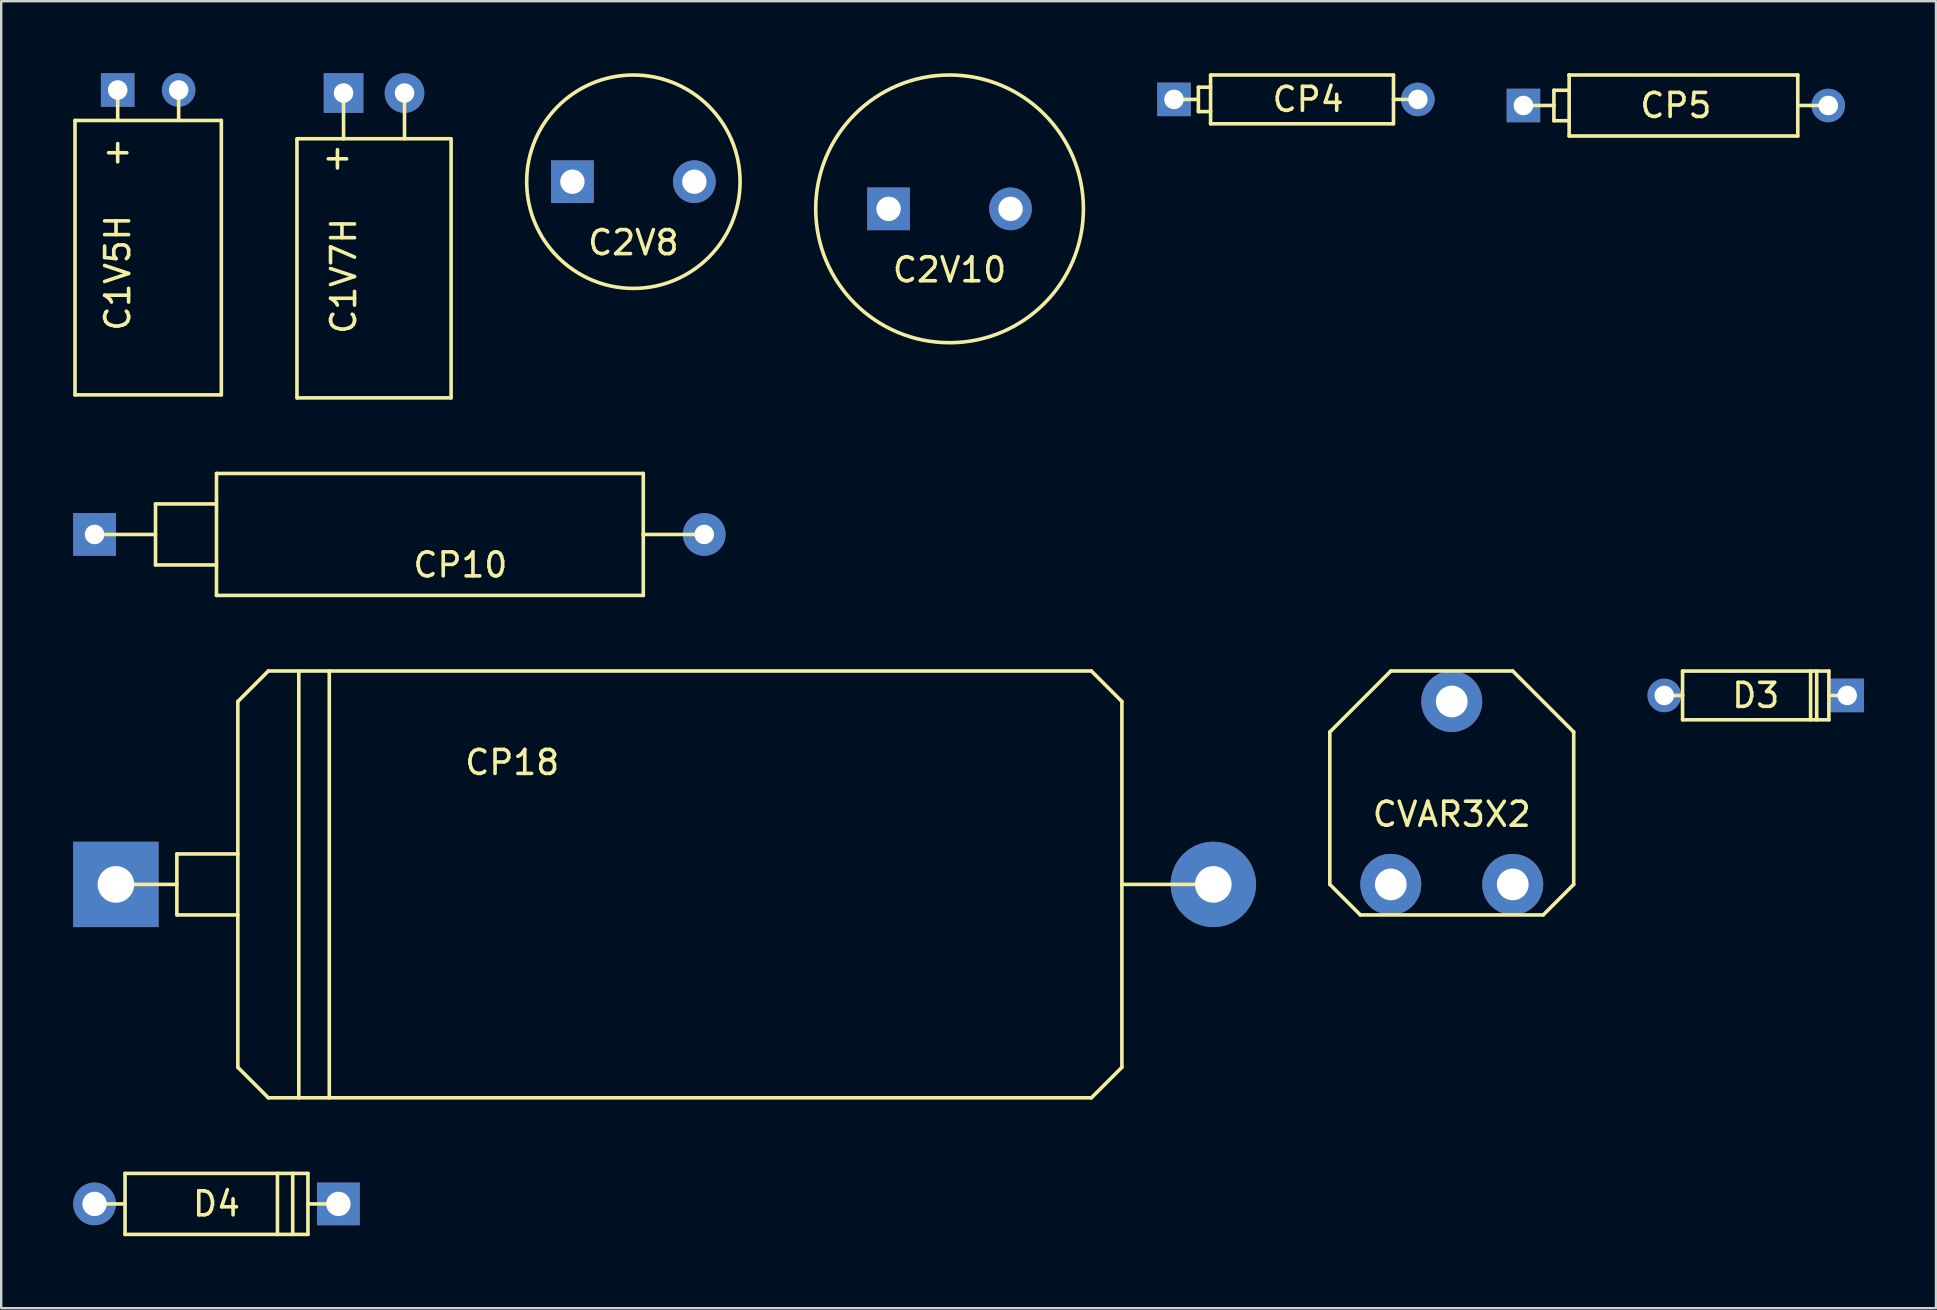
<source format=kicad_pcb>
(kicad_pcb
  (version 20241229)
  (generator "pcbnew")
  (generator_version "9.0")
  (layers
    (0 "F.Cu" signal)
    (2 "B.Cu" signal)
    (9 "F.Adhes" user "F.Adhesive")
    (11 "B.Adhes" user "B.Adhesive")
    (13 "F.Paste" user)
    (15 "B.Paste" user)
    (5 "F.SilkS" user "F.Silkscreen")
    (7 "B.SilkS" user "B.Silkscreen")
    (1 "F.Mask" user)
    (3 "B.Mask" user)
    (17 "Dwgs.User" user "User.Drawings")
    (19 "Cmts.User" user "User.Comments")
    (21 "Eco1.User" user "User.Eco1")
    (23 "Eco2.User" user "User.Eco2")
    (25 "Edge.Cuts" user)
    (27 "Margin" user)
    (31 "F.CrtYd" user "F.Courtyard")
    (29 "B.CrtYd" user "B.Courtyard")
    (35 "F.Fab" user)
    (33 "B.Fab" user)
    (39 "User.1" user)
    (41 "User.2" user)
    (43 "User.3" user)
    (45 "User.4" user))
  (footprint "C2V8"
    (layer "F.Cu")
    (at 23.337 4.52)
    (property "Reference" "C2V8" (at 0 2.54 0) (layer "F.SilkS") (effects (font (size 1 1) (thickness 0.15))))
    (attr through_hole)
    (fp_circle (center 0 0) (end -4.445 0) (stroke (width 0.15) (type solid)) (fill no) (layer "F.SilkS"))
    (pad "1" thru_hole rect (at -2.54 0) (size 1.778 1.778) (drill 1.016) (layers "*.Cu" "*.Mask"))
    (pad "2" thru_hole circle (at 2.54 0) (size 1.778 1.778) (drill 1.016) (layers "*.Cu" "*.Mask")))
  (footprint "C2V10"
    (layer "F.Cu")
    (at 36.509 5.651)
    (property "Reference" "C2V10" (at 0 2.54 0) (layer "F.SilkS") (effects (font (size 1 1) (thickness 0.15))))
    (attr through_hole)
    (fp_circle (center 0 0) (end 4.826 -2.794) (stroke (width 0.15) (type solid)) (fill no) (layer "F.SilkS"))
    (pad "1" thru_hole rect (at -2.54 0) (size 1.778 1.778) (drill 1.016) (layers "*.Cu" "*.Mask"))
    (pad "2" thru_hole circle (at 2.54 0) (size 1.778 1.778) (drill 1.016) (layers "*.Cu" "*.Mask")))
  (footprint "CP10"
    (layer "F.Cu")
    (at 13.589 19.215)
    (property "Reference" "CP10" (at 2.54 1.27 0) (layer "F.SilkS") (effects (font (size 1 1) (thickness 0.15))))
    (attr through_hole)
    (fp_line (start -12.7 0) (end -10.16 0) (stroke (width 0.15) (type solid)) (layer "F.SilkS"))
    (fp_line (start -10.16 -1.27) (end -10.16 1.27) (stroke (width 0.15) (type solid)) (layer "F.SilkS"))
    (fp_line (start -10.16 1.27) (end -7.62 1.27) (stroke (width 0.15) (type solid)) (layer "F.SilkS"))
    (fp_line (start -7.62 -2.54) (end 10.16 -2.54) (stroke (width 0.15) (type solid)) (layer "F.SilkS"))
    (fp_line (start -7.62 -1.27) (end -10.16 -1.27) (stroke (width 0.15) (type solid)) (layer "F.SilkS"))
    (fp_line (start -7.62 2.54) (end -7.62 -2.54) (stroke (width 0.15) (type solid)) (layer "F.SilkS"))
    (fp_line (start 10.16 -2.54) (end 10.16 0) (stroke (width 0.15) (type solid)) (layer "F.SilkS"))
    (fp_line (start 10.16 0) (end 10.16 2.54) (stroke (width 0.15) (type solid)) (layer "F.SilkS"))
    (fp_line (start 10.16 2.54) (end -7.62 2.54) (stroke (width 0.15) (type solid)) (layer "F.SilkS"))
    (fp_line (start 12.7 0) (end 10.16 0) (stroke (width 0.15) (type solid)) (layer "F.SilkS"))
    (pad "1" thru_hole rect (at -12.7 0) (size 1.778 1.778) (drill 0.813) (layers "*.Cu" "*.Mask"))
    (pad "2" thru_hole circle (at 12.7 0) (size 1.778 1.778) (drill 0.813) (layers "*.Cu" "*.Mask")))
  (footprint "CVAR3X2"
    (layer "F.Cu")
    (at 57.431 29.985)
    (property "Reference" "CVAR3X2" (at 0 0.889 0) (layer "F.SilkS") (effects (font (size 1 1) (thickness 0.15))))
    (attr through_hole)
    (fp_line (start -5.08 -2.54) (end -5.08 3.81) (stroke (width 0.15) (type solid)) (layer "F.SilkS"))
    (fp_line (start -5.08 3.81) (end -3.81 5.08) (stroke (width 0.15) (type solid)) (layer "F.SilkS"))
    (fp_line (start -3.81 5.08) (end 3.81 5.08) (stroke (width 0.15) (type solid)) (layer "F.SilkS"))
    (fp_line (start -2.54 -5.08) (end -5.08 -2.54) (stroke (width 0.15) (type solid)) (layer "F.SilkS"))
    (fp_line (start 2.54 -5.08) (end -2.54 -5.08) (stroke (width 0.15) (type solid)) (layer "F.SilkS"))
    (fp_line (start 3.81 5.08) (end 5.08 3.81) (stroke (width 0.15) (type solid)) (layer "F.SilkS"))
    (fp_line (start 5.08 -2.54) (end 2.54 -5.08) (stroke (width 0.15) (type solid)) (layer "F.SilkS"))
    (fp_line (start 5.08 3.81) (end 5.08 -2.54) (stroke (width 0.15) (type solid)) (layer "F.SilkS"))
    (pad "1" thru_hole circle (at 0 -3.81) (size 2.54 2.54) (drill 1.321) (layers "*.Cu" "*.Mask"))
    (pad "2" thru_hole circle (at 2.54 3.81) (size 2.54 2.54) (drill 1.321) (layers "*.Cu" "*.Mask"))
    (pad "3" thru_hole circle (at -2.54 3.81) (size 2.54 2.54) (drill 1.321) (layers "*.Cu" "*.Mask")))
  (footprint "C1V7H"
    (layer "F.Cu")
    (at 12.532 0.826)
    (property "Reference" "C1V7H" (at -1.267 7.62 90) (layer "F.SilkS") (effects (font (size 1 1) (thickness 0.15))))
    (attr through_hole)
    (fp_line (start -3.211 1.905) (end -3.211 12.7) (stroke (width 0.15) (type solid)) (layer "F.SilkS"))
    (fp_line (start -3.2 12.7) (end 3.2 12.7) (stroke (width 0.15) (type solid)) (layer "F.SilkS"))
    (fp_line (start -1.27 0) (end -1.27 1.905) (stroke (width 0.15) (type solid)) (layer "F.SilkS"))
    (fp_line (start 1.27 0) (end 1.27 1.905) (stroke (width 0.15) (type solid)) (layer "F.SilkS"))
    (fp_line (start 3.2 1.905) (end -3.2 1.905) (stroke (width 0.15) (type solid)) (layer "F.SilkS"))
    (fp_line (start 3.211 12.7) (end 3.211 1.905) (stroke (width 0.15) (type solid)) (layer "F.SilkS"))
    (fp_text user "+" (at -1.524 2.667 0) (layer "F.SilkS") (effects (font (size 1 1) (thickness 0.15))))
    (pad "1" thru_hole rect (at -1.27 0) (size 1.651 1.651) (drill 0.813) (layers "*.Cu" "*.Mask"))
    (pad "2" thru_hole circle (at 1.27 0) (size 1.651 1.651) (drill 0.813) (layers "*.Cu" "*.Mask")))
  (footprint "D4"
    (layer "F.Cu")
    (at 5.969 47.105)
    (property "Reference" "D4" (at 0 0 0) (layer "F.SilkS") (effects (font (size 1 1) (thickness 0.15))))
    (attr through_hole)
    (fp_line (start -3.81 -1.27) (end 3.81 -1.27) (stroke (width 0.15) (type solid)) (layer "F.SilkS"))
    (fp_line (start -3.81 0) (end -5.08 0) (stroke (width 0.15) (type solid)) (layer "F.SilkS"))
    (fp_line (start -3.81 1.27) (end -3.81 -1.27) (stroke (width 0.15) (type solid)) (layer "F.SilkS"))
    (fp_line (start 2.54 1.27) (end 2.54 -1.27) (stroke (width 0.15) (type solid)) (layer "F.SilkS"))
    (fp_line (start 3.175 -1.27) (end 3.175 1.27) (stroke (width 0.15) (type solid)) (layer "F.SilkS"))
    (fp_line (start 3.81 -1.27) (end 3.81 1.27) (stroke (width 0.15) (type solid)) (layer "F.SilkS"))
    (fp_line (start 3.81 0) (end 5.08 0) (stroke (width 0.15) (type solid)) (layer "F.SilkS"))
    (fp_line (start 3.81 1.27) (end -3.81 1.27) (stroke (width 0.15) (type solid)) (layer "F.SilkS"))
    (pad "1" thru_hole rect (at 5.08 0) (size 1.778 1.778) (drill 1.016) (layers "*.Cu" "*.Mask"))
    (pad "2" thru_hole circle (at -5.08 0) (size 1.778 1.778) (drill 1.016) (layers "*.Cu" "*.Mask")))
  (footprint "C1V5H"
    (layer "F.Cu")
    (at 3.123 0.699)
    (property "Reference" "C1V5H" (at -1.27 7.62 90) (layer "F.SilkS") (effects (font (size 1 1) (thickness 0.15))))
    (attr through_hole)
    (fp_line (start -3.048 1.27) (end 3.048 1.27) (stroke (width 0.15) (type solid)) (layer "F.SilkS"))
    (fp_line (start -3.048 12.7) (end -3.048 1.27) (stroke (width 0.15) (type solid)) (layer "F.SilkS"))
    (fp_line (start -3.048 12.7) (end 3.048 12.7) (stroke (width 0.15) (type solid)) (layer "F.SilkS"))
    (fp_line (start -1.27 0) (end -1.27 1.27) (stroke (width 0.15) (type solid)) (layer "F.SilkS"))
    (fp_line (start 1.27 0) (end 1.27 1.27) (stroke (width 0.15) (type solid)) (layer "F.SilkS"))
    (fp_line (start 3.048 1.27) (end 3.048 12.7) (stroke (width 0.15) (type solid)) (layer "F.SilkS"))
    (fp_text user "+" (at -1.27 2.54 0) (layer "F.SilkS") (effects (font (size 1 1) (thickness 0.15))))
    (pad "1" thru_hole rect (at -1.27 0) (size 1.397 1.397) (drill 0.813) (layers "*.Cu" "*.Mask"))
    (pad "2" thru_hole circle (at 1.27 0) (size 1.397 1.397) (drill 0.813) (layers "*.Cu" "*.Mask")))
  (footprint "CP18"
    (layer "F.Cu")
    (at 24.638 33.795)
    (property "Reference" "CP18" (at -6.35 -5.08 0) (layer "F.SilkS") (effects (font (size 1 1) (thickness 0.15))))
    (attr through_hole)
    (fp_line (start -20.32 -1.27) (end -20.32 1.27) (stroke (width 0.15) (type solid)) (layer "F.SilkS"))
    (fp_line (start -20.32 0) (end -22.86 0) (stroke (width 0.15) (type solid)) (layer "F.SilkS"))
    (fp_line (start -20.32 1.27) (end -17.78 1.27) (stroke (width 0.15) (type solid)) (layer "F.SilkS"))
    (fp_line (start -17.78 -7.62) (end -17.78 7.62) (stroke (width 0.15) (type solid)) (layer "F.SilkS"))
    (fp_line (start -17.78 -7.62) (end -16.51 -8.89) (stroke (width 0.15) (type solid)) (layer "F.SilkS"))
    (fp_line (start -17.78 -1.27) (end -20.32 -1.27) (stroke (width 0.15) (type solid)) (layer "F.SilkS"))
    (fp_line (start -16.51 -8.89) (end 17.78 -8.89) (stroke (width 0.15) (type solid)) (layer "F.SilkS"))
    (fp_line (start -16.51 8.89) (end -17.78 7.62) (stroke (width 0.15) (type solid)) (layer "F.SilkS"))
    (fp_line (start -15.24 -8.89) (end -15.24 8.89) (stroke (width 0.15) (type solid)) (layer "F.SilkS"))
    (fp_line (start -13.97 -8.89) (end -13.97 8.89) (stroke (width 0.15) (type solid)) (layer "F.SilkS"))
    (fp_line (start 17.78 -8.89) (end 19.05 -7.62) (stroke (width 0.15) (type solid)) (layer "F.SilkS"))
    (fp_line (start 17.78 8.89) (end -16.51 8.89) (stroke (width 0.15) (type solid)) (layer "F.SilkS"))
    (fp_line (start 19.05 -7.62) (end 19.05 7.62) (stroke (width 0.15) (type solid)) (layer "F.SilkS"))
    (fp_line (start 19.05 0) (end 22.86 0) (stroke (width 0.15) (type solid)) (layer "F.SilkS"))
    (fp_line (start 19.05 7.62) (end 17.78 8.89) (stroke (width 0.15) (type solid)) (layer "F.SilkS"))
    (pad "1" thru_hole rect (at -22.86 0) (size 3.556 3.556) (drill 1.524) (layers "*.Cu" "*.Mask"))
    (pad "2" thru_hole circle (at 22.86 0) (size 3.556 3.556) (drill 1.524) (layers "*.Cu" "*.Mask")))
  (footprint "D3"
    (layer "F.Cu")
    (at 70.094 25.922)
    (property "Reference" "D3" (at 0 0 0) (layer "F.SilkS") (effects (font (size 1 1) (thickness 0.15))))
    (attr through_hole)
    (fp_line (start -3.048 -1.016) (end -3.048 0) (stroke (width 0.15) (type solid)) (layer "F.SilkS"))
    (fp_line (start -3.048 0) (end -3.81 0) (stroke (width 0.15) (type solid)) (layer "F.SilkS"))
    (fp_line (start -3.048 0) (end -3.048 1.016) (stroke (width 0.15) (type solid)) (layer "F.SilkS"))
    (fp_line (start -3.048 1.016) (end 3.048 1.016) (stroke (width 0.15) (type solid)) (layer "F.SilkS"))
    (fp_line (start 2.286 1.016) (end 2.286 -1.016) (stroke (width 0.15) (type solid)) (layer "F.SilkS"))
    (fp_line (start 2.54 -1.016) (end 2.54 1.016) (stroke (width 0.15) (type solid)) (layer "F.SilkS"))
    (fp_line (start 3.048 -1.016) (end -3.048 -1.016) (stroke (width 0.15) (type solid)) (layer "F.SilkS"))
    (fp_line (start 3.048 0) (end 3.048 -1.016) (stroke (width 0.15) (type solid)) (layer "F.SilkS"))
    (fp_line (start 3.048 1.016) (end 3.048 0) (stroke (width 0.15) (type solid)) (layer "F.SilkS"))
    (fp_line (start 3.81 0) (end 3.048 0) (stroke (width 0.15) (type solid)) (layer "F.SilkS"))
    (pad "1" thru_hole rect (at 3.81 0) (size 1.397 1.397) (drill 0.813) (layers "*.Cu" "*.Mask"))
    (pad "2" thru_hole circle (at -3.81 0) (size 1.397 1.397) (drill 0.813) (layers "*.Cu" "*.Mask")))
  (footprint "CP4"
    (layer "F.Cu")
    (at 50.939 1.091)
    (property "Reference" "CP4" (at 0.508 0 0) (layer "F.SilkS") (effects (font (size 1 1) (thickness 0.15))))
    (attr through_hole)
    (fp_line (start -5.08 0) (end -4.064 0) (stroke (width 0.15) (type solid)) (layer "F.SilkS"))
    (fp_line (start -4.064 -0.508) (end -3.556 -0.508) (stroke (width 0.15) (type solid)) (layer "F.SilkS"))
    (fp_line (start -4.064 0.508) (end -4.064 -0.508) (stroke (width 0.15) (type solid)) (layer "F.SilkS"))
    (fp_line (start -3.556 -1.016) (end 4.064 -1.016) (stroke (width 0.15) (type solid)) (layer "F.SilkS"))
    (fp_line (start -3.556 0.508) (end -4.064 0.508) (stroke (width 0.15) (type solid)) (layer "F.SilkS"))
    (fp_line (start -3.556 1.016) (end -3.556 -1.016) (stroke (width 0.15) (type solid)) (layer "F.SilkS"))
    (fp_line (start 4.064 -1.016) (end 4.064 0) (stroke (width 0.15) (type solid)) (layer "F.SilkS"))
    (fp_line (start 4.064 0) (end 4.064 1.016) (stroke (width 0.15) (type solid)) (layer "F.SilkS"))
    (fp_line (start 4.064 1.016) (end -3.556 1.016) (stroke (width 0.15) (type solid)) (layer "F.SilkS"))
    (fp_line (start 5.08 0) (end 4.064 0) (stroke (width 0.15) (type solid)) (layer "F.SilkS"))
    (pad "1" thru_hole rect (at -5.08 0) (size 1.397 1.397) (drill 0.813) (layers "*.Cu" "*.Mask"))
    (pad "2" thru_hole circle (at 5.08 0) (size 1.397 1.397) (drill 0.813) (layers "*.Cu" "*.Mask")))
  (footprint "CP5"
    (layer "F.Cu")
    (at 66.766 1.345)
    (property "Reference" "CP5" (at 0 0 0) (layer "F.SilkS") (effects (font (size 1 1) (thickness 0.15))))
    (attr through_hole)
    (fp_line (start -6.35 0) (end -6.35 0) (stroke (width 0.15) (type solid)) (layer "F.SilkS"))
    (fp_line (start -6.35 0) (end -5.08 0) (stroke (width 0.15) (type solid)) (layer "F.SilkS"))
    (fp_line (start -5.08 -0.635) (end -5.08 0.635) (stroke (width 0.15) (type solid)) (layer "F.SilkS"))
    (fp_line (start -5.08 0) (end -5.08 0) (stroke (width 0.15) (type solid)) (layer "F.SilkS"))
    (fp_line (start -5.08 0) (end -5.08 0) (stroke (width 0.15) (type solid)) (layer "F.SilkS"))
    (fp_line (start -5.08 0.635) (end -4.445 0.635) (stroke (width 0.15) (type solid)) (layer "F.SilkS"))
    (fp_line (start -4.445 -1.27) (end -4.445 -1.27) (stroke (width 0.15) (type solid)) (layer "F.SilkS"))
    (fp_line (start -4.445 -1.27) (end -4.445 -1.27) (stroke (width 0.15) (type solid)) (layer "F.SilkS"))
    (fp_line (start -4.445 -1.27) (end -4.445 -1.27) (stroke (width 0.15) (type solid)) (layer "F.SilkS"))
    (fp_line (start -4.445 -1.27) (end 5.08 -1.27) (stroke (width 0.15) (type solid)) (layer "F.SilkS"))
    (fp_line (start -4.445 -0.635) (end -5.08 -0.635) (stroke (width 0.15) (type solid)) (layer "F.SilkS"))
    (fp_line (start -4.445 -0.635) (end -4.445 -0.635) (stroke (width 0.15) (type solid)) (layer "F.SilkS"))
    (fp_line (start -4.445 1.27) (end -4.445 -1.27) (stroke (width 0.15) (type solid)) (layer "F.SilkS"))
    (fp_line (start 5.08 -1.27) (end 5.08 1.27) (stroke (width 0.15) (type solid)) (layer "F.SilkS"))
    (fp_line (start 5.08 0) (end 5.08 0) (stroke (width 0.15) (type solid)) (layer "F.SilkS"))
    (fp_line (start 5.08 0) (end 5.08 0) (stroke (width 0.15) (type solid)) (layer "F.SilkS"))
    (fp_line (start 5.08 0) (end 6.35 0) (stroke (width 0.15) (type solid)) (layer "F.SilkS"))
    (fp_line (start 5.08 1.27) (end -4.445 1.27) (stroke (width 0.15) (type solid)) (layer "F.SilkS"))
    (fp_line (start 6.35 0) (end 6.35 0) (stroke (width 0.15) (type solid)) (layer "F.SilkS"))
    (fp_line (start 6.35 0) (end 6.35 0) (stroke (width 0.15) (type solid)) (layer "F.SilkS"))
    (fp_line (start 6.35 0) (end 6.35 0) (stroke (width 0.15) (type solid)) (layer "F.SilkS"))
    (pad "1" thru_hole rect (at -6.35 0) (size 1.397 1.397) (drill 0.813) (layers "*.Cu" "*.Mask"))
    (pad "2" thru_hole circle (at 6.35 0) (size 1.397 1.397) (drill 0.813) (layers "*.Cu" "*.Mask")))
  (gr_rect
    (start -3 -3)
    (end 77.603 51.45)
    (stroke (width 0.1) (type default))
    (fill no)
    (layer "Edge.Cuts")))
</source>
